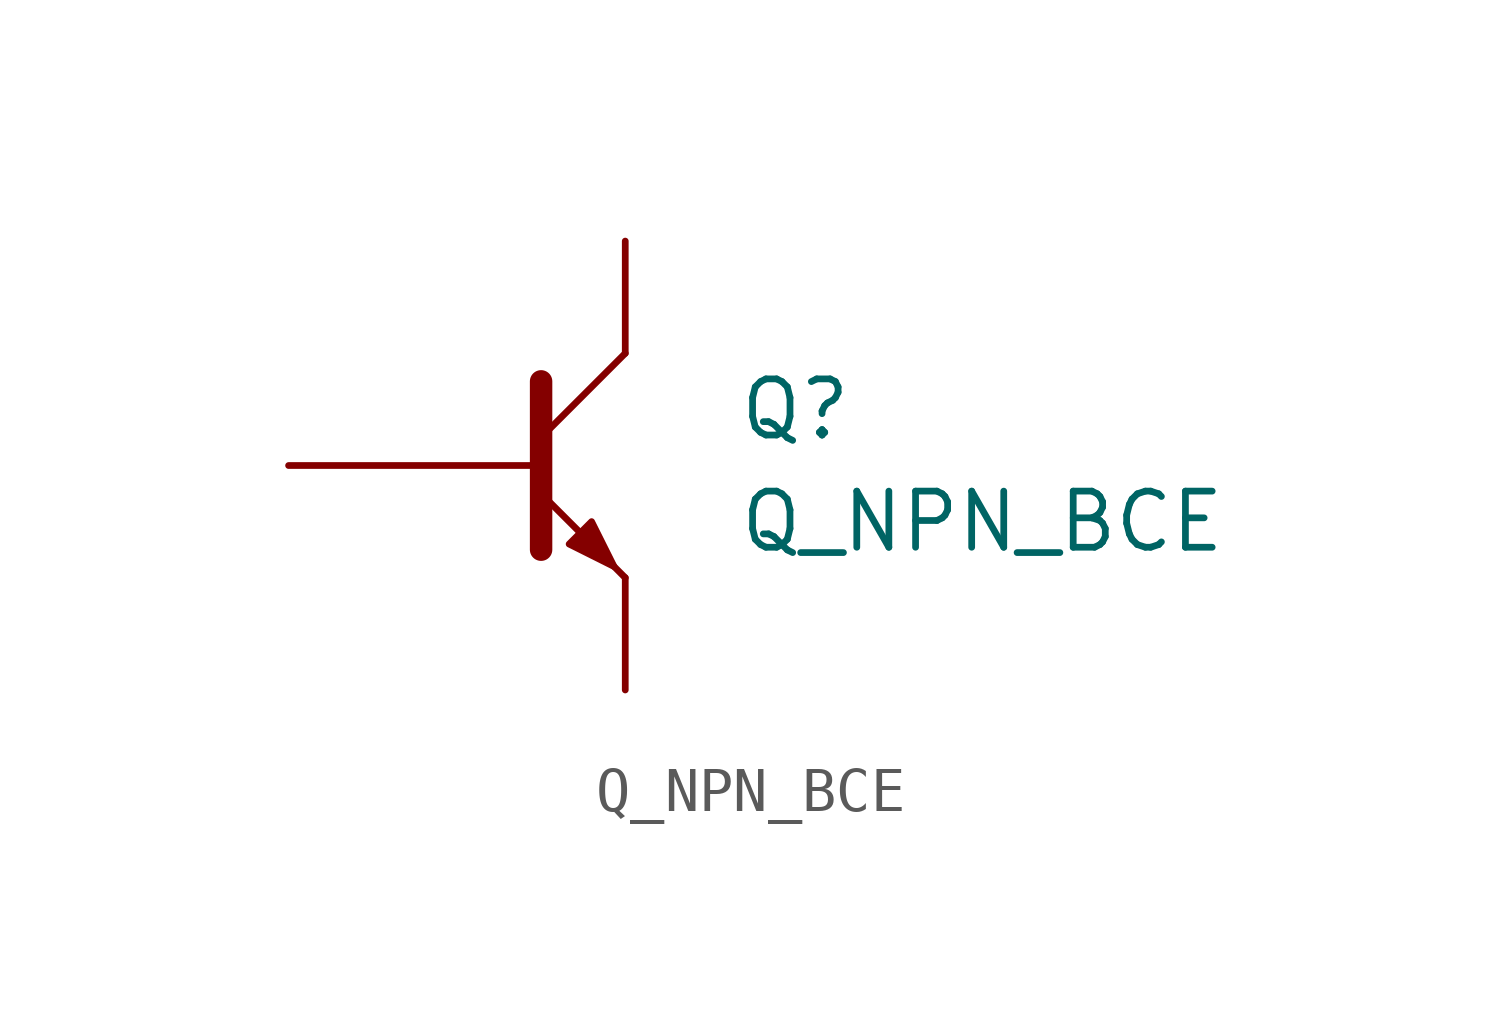
<source format=kicad_sym>
(kicad_symbol_lib
  (version 20231120)
  (generator "kicad_symbol_editor")
  (generator_version "8.0")
  (symbol "Q_NPN_BCE"
    (pin_numbers hide)
    (pin_names
      (offset 0) hide)
    (property "Reference" "Q"
      (at 5.08 1.27 0)
      (effects (font (size 1.27 1.27)) (justify left)))
    (property "Value" "Q_NPN_BCE"
      (at 5.08 -1.27 0)
      (effects (font (size 1.27 1.27)) (justify left)))
    (symbol "Q_NPN_BCE_0_1"
      (polyline (pts (xy 0.635 0.635) (xy 2.54 2.54)) (stroke (width 0) (type solid)) (fill (type none)))
      (polyline (pts (xy 0.635 -0.635) (xy 2.54 -2.54) (xy 2.54 -2.54)) (stroke (width 0) (type solid)) (fill (type none)))
      (polyline (pts (xy 0.635 1.905) (xy 0.635 -1.905) (xy 0.635 -1.905)) (stroke (width 0.508) (type solid)) (fill (type none)))
      (polyline (pts (xy 1.27 -1.778) (xy 1.778 -1.27) (xy 2.286 -2.286) (xy 1.27 -1.778) (xy 1.27 -1.778)) (stroke (width 0) (type solid)) (fill (type outline))))
    (symbol "Q_NPN_BCE_1_1"
      (pin input line (at -5.08 0 0) (length 5.715) (name "B" (effects (font (size 1.27 1.27)))) (number "1" (effects (font (size 1.27 1.27)))))
      (pin passive line (at 2.54 5.08 270) (length 2.54) (name "C" (effects (font (size 1.27 1.27)))) (number "2" (effects (font (size 1.27 1.27)))))
      (pin passive line (at 2.54 -5.08 90) (length 2.54) (name "E" (effects (font (size 1.27 1.27)))) (number "3" (effects (font (size 1.27 1.27))))))))
</source>
